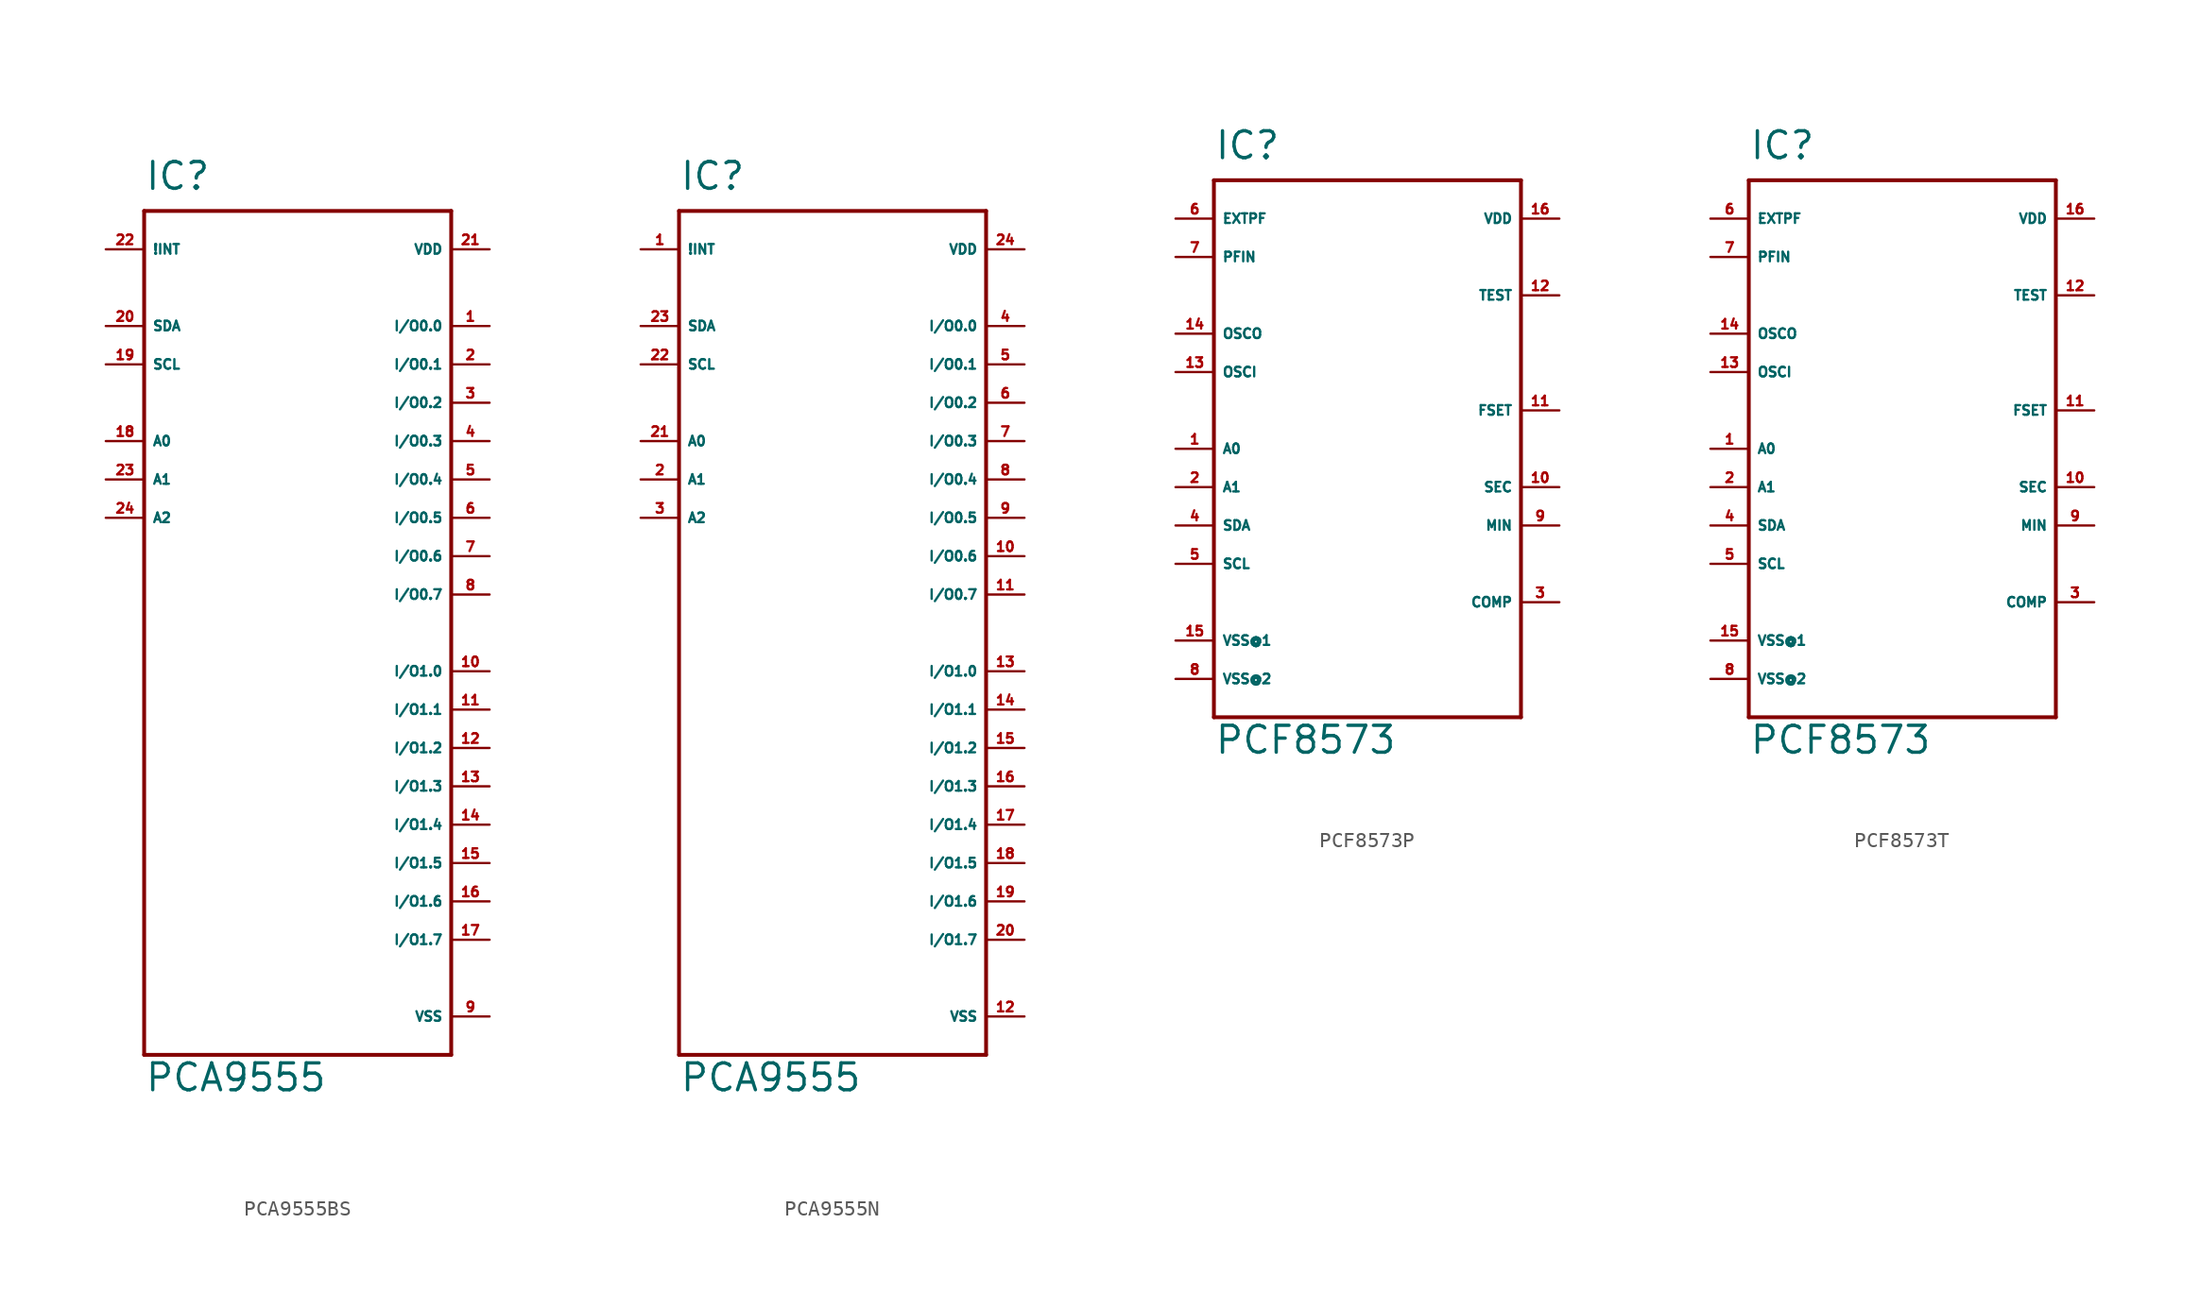
<source format=kicad_sym>
(kicad_symbol_lib
  (version 20220914)
  (generator Eagle2Kicad)
  (symbol "PCA9555BS"
    (property "Reference" "IC"
      (at -10.16 29.21 0)
      (effects (font (size 1.778 1.778) (thickness 0.22)) (justify left bottom)))
    (property "Value" "PCA9555"
      (at -10.16 -30.48 0)
      (effects (font (size 1.778 1.778) (thickness 0.22)) (justify left bottom)))
    (polyline
      (pts (xy -10.16 27.94) (xy 10.16 27.94))
      (stroke (width 0.254) (type default))
      (fill (type none)))
    (polyline
      (pts (xy 10.16 27.94) (xy 10.16 -27.94))
      (stroke (width 0.254) (type default))
      (fill (type none)))
    (polyline
      (pts (xy 10.16 -27.94) (xy -10.16 -27.94))
      (stroke (width 0.254) (type default))
      (fill (type none)))
    (polyline
      (pts (xy -10.16 -27.94) (xy -10.16 27.94))
      (stroke (width 0.254) (type default))
      (fill (type none)))
    (pin input line
      (at -12.7 17.78 0)
      (length 2.54)
      (name "SCL" (effects (font (size 0.635 0.635) (thickness 0.08)) (justify left bottom)))
      (number "19" (effects (font (size 0.635 0.635) (thickness 0.08)) (justify left bottom))))
    (pin bidirectional line
      (at -12.7 20.32 0)
      (length 2.54)
      (name "SDA" (effects (font (size 0.635 0.635) (thickness 0.08)) (justify left bottom)))
      (number "20" (effects (font (size 0.635 0.635) (thickness 0.08)) (justify left bottom))))
    (pin input line
      (at -12.7 12.7 0)
      (length 2.54)
      (name "A0" (effects (font (size 0.635 0.635) (thickness 0.08)) (justify left bottom)))
      (number "18" (effects (font (size 0.635 0.635) (thickness 0.08)) (justify left bottom))))
    (pin input line
      (at -12.7 10.16 0)
      (length 2.54)
      (name "A1" (effects (font (size 0.635 0.635) (thickness 0.08)) (justify left bottom)))
      (number "23" (effects (font (size 0.635 0.635) (thickness 0.08)) (justify left bottom))))
    (pin input line
      (at -12.7 7.62 0)
      (length 2.54)
      (name "A2" (effects (font (size 0.635 0.635) (thickness 0.08)) (justify left bottom)))
      (number "24" (effects (font (size 0.635 0.635) (thickness 0.08)) (justify left bottom))))
    (pin output line
      (at -12.7 25.4 0)
      (length 2.54)
      (name "!INT" (effects (font (size 0.635 0.635) (thickness 0.08)) (justify left bottom)))
      (number "22" (effects (font (size 0.635 0.635) (thickness 0.08)) (justify left bottom))))
    (pin unspecified line
      (at 12.7 -25.4 180)
      (length 2.54)
      (name "VSS" (effects (font (size 0.635 0.635) (thickness 0.08)) (justify left bottom)))
      (number "9" (effects (font (size 0.635 0.635) (thickness 0.08)) (justify left bottom))))
    (pin unspecified line
      (at 12.7 25.4 180)
      (length 2.54)
      (name "VDD" (effects (font (size 0.635 0.635) (thickness 0.08)) (justify left bottom)))
      (number "21" (effects (font (size 0.635 0.635) (thickness 0.08)) (justify left bottom))))
    (pin bidirectional line
      (at 12.7 20.32 180)
      (length 2.54)
      (name "I/O0.0" (effects (font (size 0.635 0.635) (thickness 0.08)) (justify left bottom)))
      (number "1" (effects (font (size 0.635 0.635) (thickness 0.08)) (justify left bottom))))
    (pin bidirectional line
      (at 12.7 17.78 180)
      (length 2.54)
      (name "I/O0.1" (effects (font (size 0.635 0.635) (thickness 0.08)) (justify left bottom)))
      (number "2" (effects (font (size 0.635 0.635) (thickness 0.08)) (justify left bottom))))
    (pin bidirectional line
      (at 12.7 15.24 180)
      (length 2.54)
      (name "I/O0.2" (effects (font (size 0.635 0.635) (thickness 0.08)) (justify left bottom)))
      (number "3" (effects (font (size 0.635 0.635) (thickness 0.08)) (justify left bottom))))
    (pin bidirectional line
      (at 12.7 12.7 180)
      (length 2.54)
      (name "I/O0.3" (effects (font (size 0.635 0.635) (thickness 0.08)) (justify left bottom)))
      (number "4" (effects (font (size 0.635 0.635) (thickness 0.08)) (justify left bottom))))
    (pin bidirectional line
      (at 12.7 10.16 180)
      (length 2.54)
      (name "I/O0.4" (effects (font (size 0.635 0.635) (thickness 0.08)) (justify left bottom)))
      (number "5" (effects (font (size 0.635 0.635) (thickness 0.08)) (justify left bottom))))
    (pin bidirectional line
      (at 12.7 7.62 180)
      (length 2.54)
      (name "I/O0.5" (effects (font (size 0.635 0.635) (thickness 0.08)) (justify left bottom)))
      (number "6" (effects (font (size 0.635 0.635) (thickness 0.08)) (justify left bottom))))
    (pin bidirectional line
      (at 12.7 5.08 180)
      (length 2.54)
      (name "I/O0.6" (effects (font (size 0.635 0.635) (thickness 0.08)) (justify left bottom)))
      (number "7" (effects (font (size 0.635 0.635) (thickness 0.08)) (justify left bottom))))
    (pin bidirectional line
      (at 12.7 2.54 180)
      (length 2.54)
      (name "I/O0.7" (effects (font (size 0.635 0.635) (thickness 0.08)) (justify left bottom)))
      (number "8" (effects (font (size 0.635 0.635) (thickness 0.08)) (justify left bottom))))
    (pin bidirectional line
      (at 12.7 -2.54 180)
      (length 2.54)
      (name "I/O1.0" (effects (font (size 0.635 0.635) (thickness 0.08)) (justify left bottom)))
      (number "10" (effects (font (size 0.635 0.635) (thickness 0.08)) (justify left bottom))))
    (pin bidirectional line
      (at 12.7 -5.08 180)
      (length 2.54)
      (name "I/O1.1" (effects (font (size 0.635 0.635) (thickness 0.08)) (justify left bottom)))
      (number "11" (effects (font (size 0.635 0.635) (thickness 0.08)) (justify left bottom))))
    (pin bidirectional line
      (at 12.7 -7.62 180)
      (length 2.54)
      (name "I/O1.2" (effects (font (size 0.635 0.635) (thickness 0.08)) (justify left bottom)))
      (number "12" (effects (font (size 0.635 0.635) (thickness 0.08)) (justify left bottom))))
    (pin bidirectional line
      (at 12.7 -10.16 180)
      (length 2.54)
      (name "I/O1.3" (effects (font (size 0.635 0.635) (thickness 0.08)) (justify left bottom)))
      (number "13" (effects (font (size 0.635 0.635) (thickness 0.08)) (justify left bottom))))
    (pin bidirectional line
      (at 12.7 -12.7 180)
      (length 2.54)
      (name "I/O1.4" (effects (font (size 0.635 0.635) (thickness 0.08)) (justify left bottom)))
      (number "14" (effects (font (size 0.635 0.635) (thickness 0.08)) (justify left bottom))))
    (pin bidirectional line
      (at 12.7 -15.24 180)
      (length 2.54)
      (name "I/O1.5" (effects (font (size 0.635 0.635) (thickness 0.08)) (justify left bottom)))
      (number "15" (effects (font (size 0.635 0.635) (thickness 0.08)) (justify left bottom))))
    (pin bidirectional line
      (at 12.7 -17.78 180)
      (length 2.54)
      (name "I/O1.6" (effects (font (size 0.635 0.635) (thickness 0.08)) (justify left bottom)))
      (number "16" (effects (font (size 0.635 0.635) (thickness 0.08)) (justify left bottom))))
    (pin bidirectional line
      (at 12.7 -20.32 180)
      (length 2.54)
      (name "I/O1.7" (effects (font (size 0.635 0.635) (thickness 0.08)) (justify left bottom)))
      (number "17" (effects (font (size 0.635 0.635) (thickness 0.08)) (justify left bottom)))))
  (symbol "PCA9555N"
    (property "Reference" "IC"
      (at -10.16 29.21 0)
      (effects (font (size 1.778 1.778) (thickness 0.22)) (justify left bottom)))
    (property "Value" "PCA9555"
      (at -10.16 -30.48 0)
      (effects (font (size 1.778 1.778) (thickness 0.22)) (justify left bottom)))
    (polyline
      (pts (xy -10.16 27.94) (xy 10.16 27.94))
      (stroke (width 0.254) (type default))
      (fill (type none)))
    (polyline
      (pts (xy 10.16 27.94) (xy 10.16 -27.94))
      (stroke (width 0.254) (type default))
      (fill (type none)))
    (polyline
      (pts (xy 10.16 -27.94) (xy -10.16 -27.94))
      (stroke (width 0.254) (type default))
      (fill (type none)))
    (polyline
      (pts (xy -10.16 -27.94) (xy -10.16 27.94))
      (stroke (width 0.254) (type default))
      (fill (type none)))
    (pin input line
      (at -12.7 17.78 0)
      (length 2.54)
      (name "SCL" (effects (font (size 0.635 0.635) (thickness 0.08)) (justify left bottom)))
      (number "22" (effects (font (size 0.635 0.635) (thickness 0.08)) (justify left bottom))))
    (pin bidirectional line
      (at -12.7 20.32 0)
      (length 2.54)
      (name "SDA" (effects (font (size 0.635 0.635) (thickness 0.08)) (justify left bottom)))
      (number "23" (effects (font (size 0.635 0.635) (thickness 0.08)) (justify left bottom))))
    (pin input line
      (at -12.7 12.7 0)
      (length 2.54)
      (name "A0" (effects (font (size 0.635 0.635) (thickness 0.08)) (justify left bottom)))
      (number "21" (effects (font (size 0.635 0.635) (thickness 0.08)) (justify left bottom))))
    (pin input line
      (at -12.7 10.16 0)
      (length 2.54)
      (name "A1" (effects (font (size 0.635 0.635) (thickness 0.08)) (justify left bottom)))
      (number "2" (effects (font (size 0.635 0.635) (thickness 0.08)) (justify left bottom))))
    (pin input line
      (at -12.7 7.62 0)
      (length 2.54)
      (name "A2" (effects (font (size 0.635 0.635) (thickness 0.08)) (justify left bottom)))
      (number "3" (effects (font (size 0.635 0.635) (thickness 0.08)) (justify left bottom))))
    (pin output line
      (at -12.7 25.4 0)
      (length 2.54)
      (name "!INT" (effects (font (size 0.635 0.635) (thickness 0.08)) (justify left bottom)))
      (number "1" (effects (font (size 0.635 0.635) (thickness 0.08)) (justify left bottom))))
    (pin unspecified line
      (at 12.7 -25.4 180)
      (length 2.54)
      (name "VSS" (effects (font (size 0.635 0.635) (thickness 0.08)) (justify left bottom)))
      (number "12" (effects (font (size 0.635 0.635) (thickness 0.08)) (justify left bottom))))
    (pin unspecified line
      (at 12.7 25.4 180)
      (length 2.54)
      (name "VDD" (effects (font (size 0.635 0.635) (thickness 0.08)) (justify left bottom)))
      (number "24" (effects (font (size 0.635 0.635) (thickness 0.08)) (justify left bottom))))
    (pin bidirectional line
      (at 12.7 20.32 180)
      (length 2.54)
      (name "I/O0.0" (effects (font (size 0.635 0.635) (thickness 0.08)) (justify left bottom)))
      (number "4" (effects (font (size 0.635 0.635) (thickness 0.08)) (justify left bottom))))
    (pin bidirectional line
      (at 12.7 17.78 180)
      (length 2.54)
      (name "I/O0.1" (effects (font (size 0.635 0.635) (thickness 0.08)) (justify left bottom)))
      (number "5" (effects (font (size 0.635 0.635) (thickness 0.08)) (justify left bottom))))
    (pin bidirectional line
      (at 12.7 15.24 180)
      (length 2.54)
      (name "I/O0.2" (effects (font (size 0.635 0.635) (thickness 0.08)) (justify left bottom)))
      (number "6" (effects (font (size 0.635 0.635) (thickness 0.08)) (justify left bottom))))
    (pin bidirectional line
      (at 12.7 12.7 180)
      (length 2.54)
      (name "I/O0.3" (effects (font (size 0.635 0.635) (thickness 0.08)) (justify left bottom)))
      (number "7" (effects (font (size 0.635 0.635) (thickness 0.08)) (justify left bottom))))
    (pin bidirectional line
      (at 12.7 10.16 180)
      (length 2.54)
      (name "I/O0.4" (effects (font (size 0.635 0.635) (thickness 0.08)) (justify left bottom)))
      (number "8" (effects (font (size 0.635 0.635) (thickness 0.08)) (justify left bottom))))
    (pin bidirectional line
      (at 12.7 7.62 180)
      (length 2.54)
      (name "I/O0.5" (effects (font (size 0.635 0.635) (thickness 0.08)) (justify left bottom)))
      (number "9" (effects (font (size 0.635 0.635) (thickness 0.08)) (justify left bottom))))
    (pin bidirectional line
      (at 12.7 5.08 180)
      (length 2.54)
      (name "I/O0.6" (effects (font (size 0.635 0.635) (thickness 0.08)) (justify left bottom)))
      (number "10" (effects (font (size 0.635 0.635) (thickness 0.08)) (justify left bottom))))
    (pin bidirectional line
      (at 12.7 2.54 180)
      (length 2.54)
      (name "I/O0.7" (effects (font (size 0.635 0.635) (thickness 0.08)) (justify left bottom)))
      (number "11" (effects (font (size 0.635 0.635) (thickness 0.08)) (justify left bottom))))
    (pin bidirectional line
      (at 12.7 -2.54 180)
      (length 2.54)
      (name "I/O1.0" (effects (font (size 0.635 0.635) (thickness 0.08)) (justify left bottom)))
      (number "13" (effects (font (size 0.635 0.635) (thickness 0.08)) (justify left bottom))))
    (pin bidirectional line
      (at 12.7 -5.08 180)
      (length 2.54)
      (name "I/O1.1" (effects (font (size 0.635 0.635) (thickness 0.08)) (justify left bottom)))
      (number "14" (effects (font (size 0.635 0.635) (thickness 0.08)) (justify left bottom))))
    (pin bidirectional line
      (at 12.7 -7.62 180)
      (length 2.54)
      (name "I/O1.2" (effects (font (size 0.635 0.635) (thickness 0.08)) (justify left bottom)))
      (number "15" (effects (font (size 0.635 0.635) (thickness 0.08)) (justify left bottom))))
    (pin bidirectional line
      (at 12.7 -10.16 180)
      (length 2.54)
      (name "I/O1.3" (effects (font (size 0.635 0.635) (thickness 0.08)) (justify left bottom)))
      (number "16" (effects (font (size 0.635 0.635) (thickness 0.08)) (justify left bottom))))
    (pin bidirectional line
      (at 12.7 -12.7 180)
      (length 2.54)
      (name "I/O1.4" (effects (font (size 0.635 0.635) (thickness 0.08)) (justify left bottom)))
      (number "17" (effects (font (size 0.635 0.635) (thickness 0.08)) (justify left bottom))))
    (pin bidirectional line
      (at 12.7 -15.24 180)
      (length 2.54)
      (name "I/O1.5" (effects (font (size 0.635 0.635) (thickness 0.08)) (justify left bottom)))
      (number "18" (effects (font (size 0.635 0.635) (thickness 0.08)) (justify left bottom))))
    (pin bidirectional line
      (at 12.7 -17.78 180)
      (length 2.54)
      (name "I/O1.6" (effects (font (size 0.635 0.635) (thickness 0.08)) (justify left bottom)))
      (number "19" (effects (font (size 0.635 0.635) (thickness 0.08)) (justify left bottom))))
    (pin bidirectional line
      (at 12.7 -20.32 180)
      (length 2.54)
      (name "I/O1.7" (effects (font (size 0.635 0.635) (thickness 0.08)) (justify left bottom)))
      (number "20" (effects (font (size 0.635 0.635) (thickness 0.08)) (justify left bottom)))))
  (symbol "PCF8573P"
    (property "Reference" "IC"
      (at -10.16 19.05 0)
      (effects (font (size 1.778 1.778) (thickness 0.22)) (justify left bottom)))
    (property "Value" "PCF8573"
      (at -10.16 -20.32 0)
      (effects (font (size 1.778 1.778) (thickness 0.22)) (justify left bottom)))
    (polyline
      (pts (xy -10.16 17.78) (xy 10.16 17.78))
      (stroke (width 0.254) (type default))
      (fill (type none)))
    (polyline
      (pts (xy 10.16 17.78) (xy 10.16 -17.78))
      (stroke (width 0.254) (type default))
      (fill (type none)))
    (polyline
      (pts (xy 10.16 -17.78) (xy -10.16 -17.78))
      (stroke (width 0.254) (type default))
      (fill (type none)))
    (polyline
      (pts (xy -10.16 -17.78) (xy -10.16 17.78))
      (stroke (width 0.254) (type default))
      (fill (type none)))
    (pin input line
      (at -12.7 0 0)
      (length 2.54)
      (name "A0" (effects (font (size 0.635 0.635) (thickness 0.08)) (justify left bottom)))
      (number "1" (effects (font (size 0.635 0.635) (thickness 0.08)) (justify left bottom))))
    (pin input line
      (at -12.7 -2.54 0)
      (length 2.54)
      (name "A1" (effects (font (size 0.635 0.635) (thickness 0.08)) (justify left bottom)))
      (number "2" (effects (font (size 0.635 0.635) (thickness 0.08)) (justify left bottom))))
    (pin output line
      (at 12.7 -10.16 180)
      (length 2.54)
      (name "COMP" (effects (font (size 0.635 0.635) (thickness 0.08)) (justify left bottom)))
      (number "3" (effects (font (size 0.635 0.635) (thickness 0.08)) (justify left bottom))))
    (pin bidirectional line
      (at -12.7 -5.08 0)
      (length 2.54)
      (name "SDA" (effects (font (size 0.635 0.635) (thickness 0.08)) (justify left bottom)))
      (number "4" (effects (font (size 0.635 0.635) (thickness 0.08)) (justify left bottom))))
    (pin input line
      (at -12.7 -7.62 0)
      (length 2.54)
      (name "SCL" (effects (font (size 0.635 0.635) (thickness 0.08)) (justify left bottom)))
      (number "5" (effects (font (size 0.635 0.635) (thickness 0.08)) (justify left bottom))))
    (pin input line
      (at -12.7 15.24 0)
      (length 2.54)
      (name "EXTPF" (effects (font (size 0.635 0.635) (thickness 0.08)) (justify left bottom)))
      (number "6" (effects (font (size 0.635 0.635) (thickness 0.08)) (justify left bottom))))
    (pin input line
      (at -12.7 12.7 0)
      (length 2.54)
      (name "PFIN" (effects (font (size 0.635 0.635) (thickness 0.08)) (justify left bottom)))
      (number "7" (effects (font (size 0.635 0.635) (thickness 0.08)) (justify left bottom))))
    (pin unspecified line
      (at -12.7 -15.24 0)
      (length 2.54)
      (name "VSS@2" (effects (font (size 0.635 0.635) (thickness 0.08)) (justify left bottom)))
      (number "8" (effects (font (size 0.635 0.635) (thickness 0.08)) (justify left bottom))))
    (pin output line
      (at 12.7 -5.08 180)
      (length 2.54)
      (name "MIN" (effects (font (size 0.635 0.635) (thickness 0.08)) (justify left bottom)))
      (number "9" (effects (font (size 0.635 0.635) (thickness 0.08)) (justify left bottom))))
    (pin output line
      (at 12.7 -2.54 180)
      (length 2.54)
      (name "SEC" (effects (font (size 0.635 0.635) (thickness 0.08)) (justify left bottom)))
      (number "10" (effects (font (size 0.635 0.635) (thickness 0.08)) (justify left bottom))))
    (pin output line
      (at 12.7 2.54 180)
      (length 2.54)
      (name "FSET" (effects (font (size 0.635 0.635) (thickness 0.08)) (justify left bottom)))
      (number "11" (effects (font (size 0.635 0.635) (thickness 0.08)) (justify left bottom))))
    (pin input line
      (at 12.7 10.16 180)
      (length 2.54)
      (name "TEST" (effects (font (size 0.635 0.635) (thickness 0.08)) (justify left bottom)))
      (number "12" (effects (font (size 0.635 0.635) (thickness 0.08)) (justify left bottom))))
    (pin input line
      (at -12.7 5.08 0)
      (length 2.54)
      (name "OSCI" (effects (font (size 0.635 0.635) (thickness 0.08)) (justify left bottom)))
      (number "13" (effects (font (size 0.635 0.635) (thickness 0.08)) (justify left bottom))))
    (pin output line
      (at -12.7 7.62 0)
      (length 2.54)
      (name "OSCO" (effects (font (size 0.635 0.635) (thickness 0.08)) (justify left bottom)))
      (number "14" (effects (font (size 0.635 0.635) (thickness 0.08)) (justify left bottom))))
    (pin unspecified line
      (at -12.7 -12.7 0)
      (length 2.54)
      (name "VSS@1" (effects (font (size 0.635 0.635) (thickness 0.08)) (justify left bottom)))
      (number "15" (effects (font (size 0.635 0.635) (thickness 0.08)) (justify left bottom))))
    (pin unspecified line
      (at 12.7 15.24 180)
      (length 2.54)
      (name "VDD" (effects (font (size 0.635 0.635) (thickness 0.08)) (justify left bottom)))
      (number "16" (effects (font (size 0.635 0.635) (thickness 0.08)) (justify left bottom)))))
  (symbol "PCF8573T"
    (property "Reference" "IC"
      (at -10.16 19.05 0)
      (effects (font (size 1.778 1.778) (thickness 0.22)) (justify left bottom)))
    (property "Value" "PCF8573"
      (at -10.16 -20.32 0)
      (effects (font (size 1.778 1.778) (thickness 0.22)) (justify left bottom)))
    (polyline
      (pts (xy -10.16 17.78) (xy 10.16 17.78))
      (stroke (width 0.254) (type default))
      (fill (type none)))
    (polyline
      (pts (xy 10.16 17.78) (xy 10.16 -17.78))
      (stroke (width 0.254) (type default))
      (fill (type none)))
    (polyline
      (pts (xy 10.16 -17.78) (xy -10.16 -17.78))
      (stroke (width 0.254) (type default))
      (fill (type none)))
    (polyline
      (pts (xy -10.16 -17.78) (xy -10.16 17.78))
      (stroke (width 0.254) (type default))
      (fill (type none)))
    (pin input line
      (at -12.7 0 0)
      (length 2.54)
      (name "A0" (effects (font (size 0.635 0.635) (thickness 0.08)) (justify left bottom)))
      (number "1" (effects (font (size 0.635 0.635) (thickness 0.08)) (justify left bottom))))
    (pin input line
      (at -12.7 -2.54 0)
      (length 2.54)
      (name "A1" (effects (font (size 0.635 0.635) (thickness 0.08)) (justify left bottom)))
      (number "2" (effects (font (size 0.635 0.635) (thickness 0.08)) (justify left bottom))))
    (pin output line
      (at 12.7 -10.16 180)
      (length 2.54)
      (name "COMP" (effects (font (size 0.635 0.635) (thickness 0.08)) (justify left bottom)))
      (number "3" (effects (font (size 0.635 0.635) (thickness 0.08)) (justify left bottom))))
    (pin bidirectional line
      (at -12.7 -5.08 0)
      (length 2.54)
      (name "SDA" (effects (font (size 0.635 0.635) (thickness 0.08)) (justify left bottom)))
      (number "4" (effects (font (size 0.635 0.635) (thickness 0.08)) (justify left bottom))))
    (pin input line
      (at -12.7 -7.62 0)
      (length 2.54)
      (name "SCL" (effects (font (size 0.635 0.635) (thickness 0.08)) (justify left bottom)))
      (number "5" (effects (font (size 0.635 0.635) (thickness 0.08)) (justify left bottom))))
    (pin input line
      (at -12.7 15.24 0)
      (length 2.54)
      (name "EXTPF" (effects (font (size 0.635 0.635) (thickness 0.08)) (justify left bottom)))
      (number "6" (effects (font (size 0.635 0.635) (thickness 0.08)) (justify left bottom))))
    (pin input line
      (at -12.7 12.7 0)
      (length 2.54)
      (name "PFIN" (effects (font (size 0.635 0.635) (thickness 0.08)) (justify left bottom)))
      (number "7" (effects (font (size 0.635 0.635) (thickness 0.08)) (justify left bottom))))
    (pin unspecified line
      (at -12.7 -15.24 0)
      (length 2.54)
      (name "VSS@2" (effects (font (size 0.635 0.635) (thickness 0.08)) (justify left bottom)))
      (number "8" (effects (font (size 0.635 0.635) (thickness 0.08)) (justify left bottom))))
    (pin output line
      (at 12.7 -5.08 180)
      (length 2.54)
      (name "MIN" (effects (font (size 0.635 0.635) (thickness 0.08)) (justify left bottom)))
      (number "9" (effects (font (size 0.635 0.635) (thickness 0.08)) (justify left bottom))))
    (pin output line
      (at 12.7 -2.54 180)
      (length 2.54)
      (name "SEC" (effects (font (size 0.635 0.635) (thickness 0.08)) (justify left bottom)))
      (number "10" (effects (font (size 0.635 0.635) (thickness 0.08)) (justify left bottom))))
    (pin output line
      (at 12.7 2.54 180)
      (length 2.54)
      (name "FSET" (effects (font (size 0.635 0.635) (thickness 0.08)) (justify left bottom)))
      (number "11" (effects (font (size 0.635 0.635) (thickness 0.08)) (justify left bottom))))
    (pin input line
      (at 12.7 10.16 180)
      (length 2.54)
      (name "TEST" (effects (font (size 0.635 0.635) (thickness 0.08)) (justify left bottom)))
      (number "12" (effects (font (size 0.635 0.635) (thickness 0.08)) (justify left bottom))))
    (pin input line
      (at -12.7 5.08 0)
      (length 2.54)
      (name "OSCI" (effects (font (size 0.635 0.635) (thickness 0.08)) (justify left bottom)))
      (number "13" (effects (font (size 0.635 0.635) (thickness 0.08)) (justify left bottom))))
    (pin output line
      (at -12.7 7.62 0)
      (length 2.54)
      (name "OSCO" (effects (font (size 0.635 0.635) (thickness 0.08)) (justify left bottom)))
      (number "14" (effects (font (size 0.635 0.635) (thickness 0.08)) (justify left bottom))))
    (pin unspecified line
      (at -12.7 -12.7 0)
      (length 2.54)
      (name "VSS@1" (effects (font (size 0.635 0.635) (thickness 0.08)) (justify left bottom)))
      (number "15" (effects (font (size 0.635 0.635) (thickness 0.08)) (justify left bottom))))
    (pin unspecified line
      (at 12.7 15.24 180)
      (length 2.54)
      (name "VDD" (effects (font (size 0.635 0.635) (thickness 0.08)) (justify left bottom)))
      (number "16" (effects (font (size 0.635 0.635) (thickness 0.08)) (justify left bottom))))))
</source>
